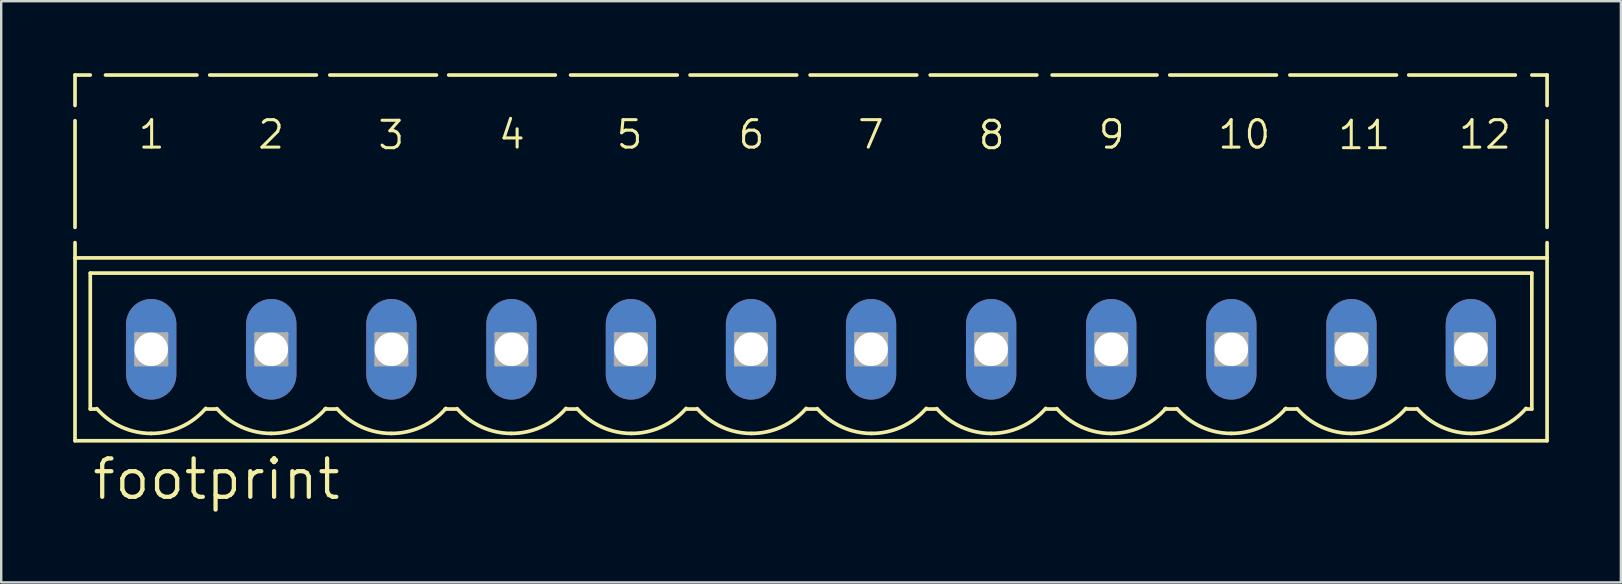
<source format=kicad_pcb>
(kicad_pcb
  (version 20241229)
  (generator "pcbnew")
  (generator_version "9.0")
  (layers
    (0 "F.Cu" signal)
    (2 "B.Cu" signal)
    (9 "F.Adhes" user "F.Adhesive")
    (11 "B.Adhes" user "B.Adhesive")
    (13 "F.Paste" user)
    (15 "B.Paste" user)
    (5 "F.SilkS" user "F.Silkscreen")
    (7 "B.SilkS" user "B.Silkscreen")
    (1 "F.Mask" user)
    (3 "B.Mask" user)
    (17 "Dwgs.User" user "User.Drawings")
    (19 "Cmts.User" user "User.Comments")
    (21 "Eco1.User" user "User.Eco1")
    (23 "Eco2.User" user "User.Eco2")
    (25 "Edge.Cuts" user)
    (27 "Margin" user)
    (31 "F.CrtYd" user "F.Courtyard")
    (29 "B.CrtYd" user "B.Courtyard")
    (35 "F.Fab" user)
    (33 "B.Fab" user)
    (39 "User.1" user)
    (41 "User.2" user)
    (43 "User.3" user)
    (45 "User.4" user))
  (footprint "footprint"
    (layer "F.Cu")
    (at 30.751 11.506)
    (property "Reference" "footprint" (at -30.04 6.35 0) (layer "F.SilkS") (effects (font (size 1.6 1.6) (thickness 0.178)) (justify left bottom)))
    (fp_line (start -30.675 -11.43) (end -30.675 -10.16) (stroke (width 0.152) (type solid)) (layer "F.SilkS"))
    (fp_line (start -30.675 -11.43) (end -30.04 -11.43) (stroke (width 0.152) (type solid)) (layer "F.SilkS"))
    (fp_line (start -30.675 -9.525) (end -30.675 -5.08) (stroke (width 0.152) (type solid)) (layer "F.SilkS"))
    (fp_line (start -30.675 -4.445) (end -30.675 -3.81) (stroke (width 0.152) (type solid)) (layer "F.SilkS"))
    (fp_line (start -30.675 -3.81) (end -30.675 3.81) (stroke (width 0.152) (type solid)) (layer "F.SilkS"))
    (fp_line (start -30.675 -3.81) (end 30.666 -3.81) (stroke (width 0.152) (type solid)) (layer "F.SilkS"))
    (fp_line (start -30.675 3.81) (end 30.666 3.81) (stroke (width 0.152) (type solid)) (layer "F.SilkS"))
    (fp_line (start -30.04 -3.175) (end 30.031 -3.175) (stroke (width 0.152) (type solid)) (layer "F.SilkS"))
    (fp_line (start -30.04 2.489) (end -30.04 -3.175) (stroke (width 0.152) (type solid)) (layer "F.SilkS"))
    (fp_line (start -30.04 2.489) (end -29.786 2.489) (stroke (width 0.152) (type solid)) (layer "F.SilkS"))
    (fp_line (start -29.405 -11.43) (end -25.595 -11.43) (stroke (width 0.152) (type solid)) (layer "F.SilkS"))
    (fp_line (start -25.214 2.489) (end -24.782 2.489) (stroke (width 0.152) (type solid)) (layer "F.SilkS"))
    (fp_line (start -25.062 -11.43) (end -20.617 -11.43) (stroke (width 0.152) (type solid)) (layer "F.SilkS"))
    (fp_line (start -20.261 2.489) (end -19.778 2.489) (stroke (width 0.152) (type solid)) (layer "F.SilkS"))
    (fp_line (start -20.058 -11.43) (end -15.613 -11.43) (stroke (width 0.152) (type solid)) (layer "F.SilkS"))
    (fp_line (start -15.257 2.489) (end -14.775 2.489) (stroke (width 0.152) (type solid)) (layer "F.SilkS"))
    (fp_line (start -15.105 -11.43) (end -10.66 -11.43) (stroke (width 0.152) (type solid)) (layer "F.SilkS"))
    (fp_line (start -10.228 2.489) (end -9.771 2.489) (stroke (width 0.152) (type solid)) (layer "F.SilkS"))
    (fp_line (start -10.025 -11.43) (end -5.58 -11.43) (stroke (width 0.152) (type solid)) (layer "F.SilkS"))
    (fp_line (start -5.199 2.489) (end -4.767 2.489) (stroke (width 0.152) (type solid)) (layer "F.SilkS"))
    (fp_line (start -5.046 -11.43) (end -0.601 -11.43) (stroke (width 0.152) (type solid)) (layer "F.SilkS"))
    (fp_line (start -0.195 2.489) (end 0.237 2.489) (stroke (width 0.152) (type solid)) (layer "F.SilkS"))
    (fp_line (start -0.043 -11.43) (end 4.402 -11.43) (stroke (width 0.152) (type solid)) (layer "F.SilkS"))
    (fp_line (start 4.809 2.489) (end 5.241 2.489) (stroke (width 0.152) (type solid)) (layer "F.SilkS"))
    (fp_line (start 4.961 -11.43) (end 9.406 -11.43) (stroke (width 0.152) (type solid)) (layer "F.SilkS"))
    (fp_line (start 9.787 2.489) (end 10.219 2.489) (stroke (width 0.152) (type solid)) (layer "F.SilkS"))
    (fp_line (start 10.041 -11.43) (end 14.41 -11.43) (stroke (width 0.152) (type solid)) (layer "F.SilkS"))
    (fp_line (start 14.74 2.489) (end 15.223 2.489) (stroke (width 0.152) (type solid)) (layer "F.SilkS"))
    (fp_line (start 14.943 -11.43) (end 19.388 -11.43) (stroke (width 0.152) (type solid)) (layer "F.SilkS"))
    (fp_line (start 19.744 2.489) (end 20.227 2.489) (stroke (width 0.152) (type solid)) (layer "F.SilkS"))
    (fp_line (start 19.947 -11.43) (end 24.392 -11.43) (stroke (width 0.152) (type solid)) (layer "F.SilkS"))
    (fp_line (start 24.773 2.489) (end 25.23 2.489) (stroke (width 0.152) (type solid)) (layer "F.SilkS"))
    (fp_line (start 24.9 -11.43) (end 29.345 -11.43) (stroke (width 0.152) (type solid)) (layer "F.SilkS"))
    (fp_line (start 29.777 2.489) (end 30.031 2.489) (stroke (width 0.152) (type solid)) (layer "F.SilkS"))
    (fp_line (start 30.031 -11.43) (end 30.666 -11.43) (stroke (width 0.152) (type solid)) (layer "F.SilkS"))
    (fp_line (start 30.031 2.489) (end 30.031 -3.175) (stroke (width 0.152) (type solid)) (layer "F.SilkS"))
    (fp_line (start 30.666 -11.43) (end 30.666 -10.16) (stroke (width 0.152) (type solid)) (layer "F.SilkS"))
    (fp_line (start 30.666 -9.525) (end 30.666 -5.08) (stroke (width 0.152) (type solid)) (layer "F.SilkS"))
    (fp_line (start 30.666 -3.81) (end 30.666 -4.445) (stroke (width 0.152) (type solid)) (layer "F.SilkS"))
    (fp_line (start 30.666 3.81) (end 30.666 -3.81) (stroke (width 0.152) (type solid)) (layer "F.SilkS"))
    (fp_arc (start -27.499999 3.5053) (mid -28.744985 3.234481) (end -29.765 2.471) (stroke (width 0.1524) (type solid)) (layer "F.SilkS"))
    (fp_arc (start -25.2262 2.4608) (mid -26.248899 3.231631) (end -27.5 3.5052) (stroke (width 0.1524) (type solid)) (layer "F.SilkS"))
    (fp_arc (start -22.496199 3.5052) (mid -23.741177 3.234436) (end -24.7612 2.471) (stroke (width 0.1524) (type solid)) (layer "F.SilkS"))
    (fp_arc (start -20.2224 2.4608) (mid -21.245099 3.231631) (end -22.4962 3.5052) (stroke (width 0.1524) (type solid)) (layer "F.SilkS"))
    (fp_arc (start -17.492399 3.5052) (mid -18.737377 3.234436) (end -19.7574 2.471) (stroke (width 0.1524) (type solid)) (layer "F.SilkS"))
    (fp_arc (start -15.2186 2.4608) (mid -16.241299 3.231631) (end -17.4924 3.5052) (stroke (width 0.1524) (type solid)) (layer "F.SilkS"))
    (fp_arc (start -12.488599 3.5052) (mid -13.733577 3.234436) (end -14.7536 2.471) (stroke (width 0.1524) (type solid)) (layer "F.SilkS"))
    (fp_arc (start -10.2148 2.4608) (mid -11.237499 3.231631) (end -12.4886 3.5052) (stroke (width 0.1524) (type solid)) (layer "F.SilkS"))
    (fp_arc (start -7.484799 3.5052) (mid -8.729777 3.234436) (end -9.7498 2.471) (stroke (width 0.1524) (type solid)) (layer "F.SilkS"))
    (fp_arc (start -5.211 2.4608) (mid -6.233699 3.231631) (end -7.4848 3.5052) (stroke (width 0.1524) (type solid)) (layer "F.SilkS"))
    (fp_arc (start -2.480999 3.5052) (mid -3.725977 3.234436) (end -4.746 2.471) (stroke (width 0.1524) (type solid)) (layer "F.SilkS"))
    (fp_arc (start -0.2072 2.4608) (mid -1.229899 3.231631) (end -2.481 3.5052) (stroke (width 0.1524) (type solid)) (layer "F.SilkS"))
    (fp_arc (start 2.5228 3.505199) (mid 1.277823 3.234435) (end 0.2578 2.471) (stroke (width 0.1524) (type solid)) (layer "F.SilkS"))
    (fp_arc (start 4.7966 2.460799) (mid 3.773901 3.231631) (end 2.5228 3.5052) (stroke (width 0.1524) (type solid)) (layer "F.SilkS"))
    (fp_arc (start 7.5012 3.505199) (mid 6.256223 3.234435) (end 5.2362 2.471) (stroke (width 0.1524) (type solid)) (layer "F.SilkS"))
    (fp_arc (start 9.775 2.460799) (mid 8.752301 3.231631) (end 7.5012 3.5052) (stroke (width 0.1524) (type solid)) (layer "F.SilkS"))
    (fp_arc (start 12.505 3.505199) (mid 11.260023 3.234435) (end 10.24 2.471) (stroke (width 0.1524) (type solid)) (layer "F.SilkS"))
    (fp_arc (start 14.7788 2.460799) (mid 13.756101 3.231631) (end 12.505 3.5052) (stroke (width 0.1524) (type solid)) (layer "F.SilkS"))
    (fp_arc (start 17.5088 3.505199) (mid 16.263823 3.234435) (end 15.2438 2.471) (stroke (width 0.1524) (type solid)) (layer "F.SilkS"))
    (fp_arc (start 19.7826 2.460799) (mid 18.759901 3.231631) (end 17.5088 3.5052) (stroke (width 0.1524) (type solid)) (layer "F.SilkS"))
    (fp_arc (start 22.5126 3.505199) (mid 21.267623 3.234435) (end 20.2476 2.471) (stroke (width 0.1524) (type solid)) (layer "F.SilkS"))
    (fp_arc (start 24.7864 2.460799) (mid 23.763701 3.231631) (end 22.5126 3.5052) (stroke (width 0.1524) (type solid)) (layer "F.SilkS"))
    (fp_arc (start 27.5164 3.505199) (mid 26.271423 3.234435) (end 25.2514 2.471) (stroke (width 0.1524) (type solid)) (layer "F.SilkS"))
    (fp_arc (start 29.7902 2.460799) (mid 28.767501 3.231631) (end 27.5164 3.5052) (stroke (width 0.1524) (type solid)) (layer "F.SilkS"))
    (fp_line (start -28.135 -0.635) (end -28.135 0.635) (stroke (width 0.152) (type solid)) (layer "F.Fab"))
    (fp_line (start -28.135 -0.635) (end -26.865 0.635) (stroke (width 0.152) (type solid)) (layer "F.Fab"))
    (fp_line (start -28.135 0.635) (end -26.865 -0.635) (stroke (width 0.152) (type solid)) (layer "F.Fab"))
    (fp_line (start -28.135 0.635) (end -26.865 0.635) (stroke (width 0.152) (type solid)) (layer "F.Fab"))
    (fp_line (start -26.865 -0.635) (end -28.135 -0.635) (stroke (width 0.152) (type solid)) (layer "F.Fab"))
    (fp_line (start -26.865 0.635) (end -26.865 -0.635) (stroke (width 0.152) (type solid)) (layer "F.Fab"))
    (fp_line (start -23.131 -0.635) (end -23.131 0.635) (stroke (width 0.152) (type solid)) (layer "F.Fab"))
    (fp_line (start -23.131 -0.635) (end -21.861 0.635) (stroke (width 0.152) (type solid)) (layer "F.Fab"))
    (fp_line (start -23.131 0.635) (end -21.861 -0.635) (stroke (width 0.152) (type solid)) (layer "F.Fab"))
    (fp_line (start -23.131 0.635) (end -21.861 0.635) (stroke (width 0.152) (type solid)) (layer "F.Fab"))
    (fp_line (start -21.861 -0.635) (end -23.131 -0.635) (stroke (width 0.152) (type solid)) (layer "F.Fab"))
    (fp_line (start -21.861 0.635) (end -21.861 -0.635) (stroke (width 0.152) (type solid)) (layer "F.Fab"))
    (fp_line (start -18.127 -0.635) (end -18.127 0.635) (stroke (width 0.152) (type solid)) (layer "F.Fab"))
    (fp_line (start -18.127 -0.635) (end -16.857 0.635) (stroke (width 0.152) (type solid)) (layer "F.Fab"))
    (fp_line (start -18.127 0.635) (end -16.857 -0.635) (stroke (width 0.152) (type solid)) (layer "F.Fab"))
    (fp_line (start -18.127 0.635) (end -16.857 0.635) (stroke (width 0.152) (type solid)) (layer "F.Fab"))
    (fp_line (start -16.857 -0.635) (end -18.127 -0.635) (stroke (width 0.152) (type solid)) (layer "F.Fab"))
    (fp_line (start -16.857 0.635) (end -16.857 -0.635) (stroke (width 0.152) (type solid)) (layer "F.Fab"))
    (fp_line (start -13.124 -0.635) (end -13.124 0.635) (stroke (width 0.152) (type solid)) (layer "F.Fab"))
    (fp_line (start -13.124 -0.635) (end -11.854 0.635) (stroke (width 0.152) (type solid)) (layer "F.Fab"))
    (fp_line (start -13.124 0.635) (end -11.854 -0.635) (stroke (width 0.152) (type solid)) (layer "F.Fab"))
    (fp_line (start -13.124 0.635) (end -11.854 0.635) (stroke (width 0.152) (type solid)) (layer "F.Fab"))
    (fp_line (start -11.854 -0.635) (end -13.124 -0.635) (stroke (width 0.152) (type solid)) (layer "F.Fab"))
    (fp_line (start -11.854 0.635) (end -11.854 -0.635) (stroke (width 0.152) (type solid)) (layer "F.Fab"))
    (fp_line (start -8.145 -0.635) (end -8.145 0.635) (stroke (width 0.152) (type solid)) (layer "F.Fab"))
    (fp_line (start -8.145 -0.635) (end -6.875 0.635) (stroke (width 0.152) (type solid)) (layer "F.Fab"))
    (fp_line (start -8.145 0.635) (end -6.875 -0.635) (stroke (width 0.152) (type solid)) (layer "F.Fab"))
    (fp_line (start -8.145 0.635) (end -6.875 0.635) (stroke (width 0.152) (type solid)) (layer "F.Fab"))
    (fp_line (start -6.875 -0.635) (end -8.145 -0.635) (stroke (width 0.152) (type solid)) (layer "F.Fab"))
    (fp_line (start -6.875 0.635) (end -6.875 -0.635) (stroke (width 0.152) (type solid)) (layer "F.Fab"))
    (fp_line (start -3.141 -0.635) (end -3.141 0.635) (stroke (width 0.152) (type solid)) (layer "F.Fab"))
    (fp_line (start -3.141 -0.635) (end -1.871 0.635) (stroke (width 0.152) (type solid)) (layer "F.Fab"))
    (fp_line (start -3.141 0.635) (end -1.871 -0.635) (stroke (width 0.152) (type solid)) (layer "F.Fab"))
    (fp_line (start -3.141 0.635) (end -1.871 0.635) (stroke (width 0.152) (type solid)) (layer "F.Fab"))
    (fp_line (start -1.871 -0.635) (end -3.141 -0.635) (stroke (width 0.152) (type solid)) (layer "F.Fab"))
    (fp_line (start -1.871 0.635) (end -1.871 -0.635) (stroke (width 0.152) (type solid)) (layer "F.Fab"))
    (fp_line (start 1.862 -0.635) (end 1.862 0.635) (stroke (width 0.152) (type solid)) (layer "F.Fab"))
    (fp_line (start 1.862 -0.635) (end 3.132 0.635) (stroke (width 0.152) (type solid)) (layer "F.Fab"))
    (fp_line (start 1.862 0.635) (end 3.132 -0.635) (stroke (width 0.152) (type solid)) (layer "F.Fab"))
    (fp_line (start 1.862 0.635) (end 3.132 0.635) (stroke (width 0.152) (type solid)) (layer "F.Fab"))
    (fp_line (start 3.132 -0.635) (end 1.862 -0.635) (stroke (width 0.152) (type solid)) (layer "F.Fab"))
    (fp_line (start 3.132 0.635) (end 3.132 -0.635) (stroke (width 0.152) (type solid)) (layer "F.Fab"))
    (fp_line (start 6.866 -0.635) (end 6.866 0.635) (stroke (width 0.152) (type solid)) (layer "F.Fab"))
    (fp_line (start 6.866 -0.635) (end 8.136 0.635) (stroke (width 0.152) (type solid)) (layer "F.Fab"))
    (fp_line (start 6.866 0.635) (end 8.136 -0.635) (stroke (width 0.152) (type solid)) (layer "F.Fab"))
    (fp_line (start 6.866 0.635) (end 8.136 0.635) (stroke (width 0.152) (type solid)) (layer "F.Fab"))
    (fp_line (start 8.136 -0.635) (end 6.866 -0.635) (stroke (width 0.152) (type solid)) (layer "F.Fab"))
    (fp_line (start 8.136 0.635) (end 8.136 -0.635) (stroke (width 0.152) (type solid)) (layer "F.Fab"))
    (fp_line (start 11.87 -0.635) (end 11.87 0.635) (stroke (width 0.152) (type solid)) (layer "F.Fab"))
    (fp_line (start 11.87 -0.635) (end 13.14 0.635) (stroke (width 0.152) (type solid)) (layer "F.Fab"))
    (fp_line (start 11.87 0.635) (end 13.14 -0.635) (stroke (width 0.152) (type solid)) (layer "F.Fab"))
    (fp_line (start 11.87 0.635) (end 13.14 0.635) (stroke (width 0.152) (type solid)) (layer "F.Fab"))
    (fp_line (start 13.14 -0.635) (end 11.87 -0.635) (stroke (width 0.152) (type solid)) (layer "F.Fab"))
    (fp_line (start 13.14 0.635) (end 13.14 -0.635) (stroke (width 0.152) (type solid)) (layer "F.Fab"))
    (fp_line (start 16.874 -0.635) (end 16.874 0.635) (stroke (width 0.152) (type solid)) (layer "F.Fab"))
    (fp_line (start 16.874 -0.635) (end 18.144 0.635) (stroke (width 0.152) (type solid)) (layer "F.Fab"))
    (fp_line (start 16.874 0.635) (end 18.144 -0.635) (stroke (width 0.152) (type solid)) (layer "F.Fab"))
    (fp_line (start 16.874 0.635) (end 18.144 0.635) (stroke (width 0.152) (type solid)) (layer "F.Fab"))
    (fp_line (start 18.144 -0.635) (end 16.874 -0.635) (stroke (width 0.152) (type solid)) (layer "F.Fab"))
    (fp_line (start 18.144 0.635) (end 18.144 -0.635) (stroke (width 0.152) (type solid)) (layer "F.Fab"))
    (fp_line (start 21.878 -0.635) (end 21.878 0.635) (stroke (width 0.152) (type solid)) (layer "F.Fab"))
    (fp_line (start 21.878 -0.635) (end 23.148 0.635) (stroke (width 0.152) (type solid)) (layer "F.Fab"))
    (fp_line (start 21.878 0.635) (end 23.148 -0.635) (stroke (width 0.152) (type solid)) (layer "F.Fab"))
    (fp_line (start 21.878 0.635) (end 23.148 0.635) (stroke (width 0.152) (type solid)) (layer "F.Fab"))
    (fp_line (start 23.148 -0.635) (end 21.878 -0.635) (stroke (width 0.152) (type solid)) (layer "F.Fab"))
    (fp_line (start 23.148 0.635) (end 23.148 -0.635) (stroke (width 0.152) (type solid)) (layer "F.Fab"))
    (fp_line (start 26.856 -0.635) (end 26.856 0.635) (stroke (width 0.152) (type solid)) (layer "F.Fab"))
    (fp_line (start 26.856 -0.635) (end 28.126 0.635) (stroke (width 0.152) (type solid)) (layer "F.Fab"))
    (fp_line (start 26.856 0.635) (end 28.126 -0.635) (stroke (width 0.152) (type solid)) (layer "F.Fab"))
    (fp_line (start 26.856 0.635) (end 28.126 0.635) (stroke (width 0.152) (type solid)) (layer "F.Fab"))
    (fp_line (start 28.126 -0.635) (end 26.856 -0.635) (stroke (width 0.152) (type solid)) (layer "F.Fab"))
    (fp_line (start 28.126 0.635) (end 28.126 -0.635) (stroke (width 0.152) (type solid)) (layer "F.Fab"))
    (fp_text user "12" (at 26.907 -8.28 0) (layer "F.SilkS") (effects (font (size 1.143 1.143) (thickness 0.127)) (justify left bottom)))
    (fp_text user "7" (at 1.862 -8.28 0) (layer "F.SilkS") (effects (font (size 1.143 1.143) (thickness 0.127)) (justify left bottom)))
    (fp_text user "9" (at 11.895 -8.28 0) (layer "F.SilkS") (effects (font (size 1.143 1.143) (thickness 0.127)) (justify left bottom)))
    (fp_text user "8" (at 6.892 -8.255 0) (layer "F.SilkS") (effects (font (size 1.143 1.143) (thickness 0.127)) (justify left bottom)))
    (fp_text user "4" (at -13.098 -8.28 0) (layer "F.SilkS") (effects (font (size 1.143 1.143) (thickness 0.127)) (justify left bottom)))
    (fp_text user "11" (at 21.878 -8.255 0) (layer "F.SilkS") (effects (font (size 1.143 1.143) (thickness 0.127)) (justify left bottom)))
    (fp_text user "1" (at -28.11 -8.28 0) (layer "F.SilkS") (effects (font (size 1.143 1.143) (thickness 0.127)) (justify left bottom)))
    (fp_text user "6" (at -3.116 -8.28 0) (layer "F.SilkS") (effects (font (size 1.143 1.143) (thickness 0.127)) (justify left bottom)))
    (fp_text user "3" (at -18.127 -8.255 0) (layer "F.SilkS") (effects (font (size 1.143 1.143) (thickness 0.127)) (justify left bottom)))
    (fp_text user "2" (at -23.131 -8.28 0) (layer "F.SilkS") (effects (font (size 1.143 1.143) (thickness 0.127)) (justify left bottom)))
    (fp_text user "10" (at 16.874 -8.28 0) (layer "F.SilkS") (effects (font (size 1.143 1.143) (thickness 0.127)) (justify left bottom)))
    (fp_text user "5" (at -8.196 -8.28 0) (layer "F.SilkS") (effects (font (size 1.143 1.143) (thickness 0.127)) (justify left bottom)))
    (pad "1" thru_hole oval (at -27.5 0 90) (size 4.191 2.095) (drill 1.397) (layers "*.Cu" "*.Mask"))
    (pad "2" thru_hole oval (at -22.496 0 90) (size 4.191 2.095) (drill 1.397) (layers "*.Cu" "*.Mask"))
    (pad "3" thru_hole oval (at -17.492 0 90) (size 4.191 2.095) (drill 1.397) (layers "*.Cu" "*.Mask"))
    (pad "4" thru_hole oval (at -12.489 0 90) (size 4.191 2.095) (drill 1.397) (layers "*.Cu" "*.Mask"))
    (pad "5" thru_hole oval (at -7.51 0 90) (size 4.191 2.095) (drill 1.397) (layers "*.Cu" "*.Mask"))
    (pad "6" thru_hole oval (at -2.506 0 90) (size 4.191 2.095) (drill 1.397) (layers "*.Cu" "*.Mask"))
    (pad "7" thru_hole oval (at 2.497 0 90) (size 4.191 2.095) (drill 1.397) (layers "*.Cu" "*.Mask"))
    (pad "8" thru_hole oval (at 7.501 0 90) (size 4.191 2.095) (drill 1.397) (layers "*.Cu" "*.Mask"))
    (pad "9" thru_hole oval (at 12.505 0 90) (size 4.191 2.095) (drill 1.397) (layers "*.Cu" "*.Mask"))
    (pad "10" thru_hole oval (at 17.509 0 90) (size 4.191 2.095) (drill 1.397) (layers "*.Cu" "*.Mask"))
    (pad "11" thru_hole oval (at 22.513 0 90) (size 4.191 2.095) (drill 1.397) (layers "*.Cu" "*.Mask"))
    (pad "12" thru_hole oval (at 27.491 0 90) (size 4.191 2.095) (drill 1.397) (layers "*.Cu" "*.Mask")))
  (gr_rect
    (start -3 -3)
    (end 64.493 21.219)
    (stroke (width 0.1) (type default))
    (fill no)
    (layer "Edge.Cuts")))
</source>
